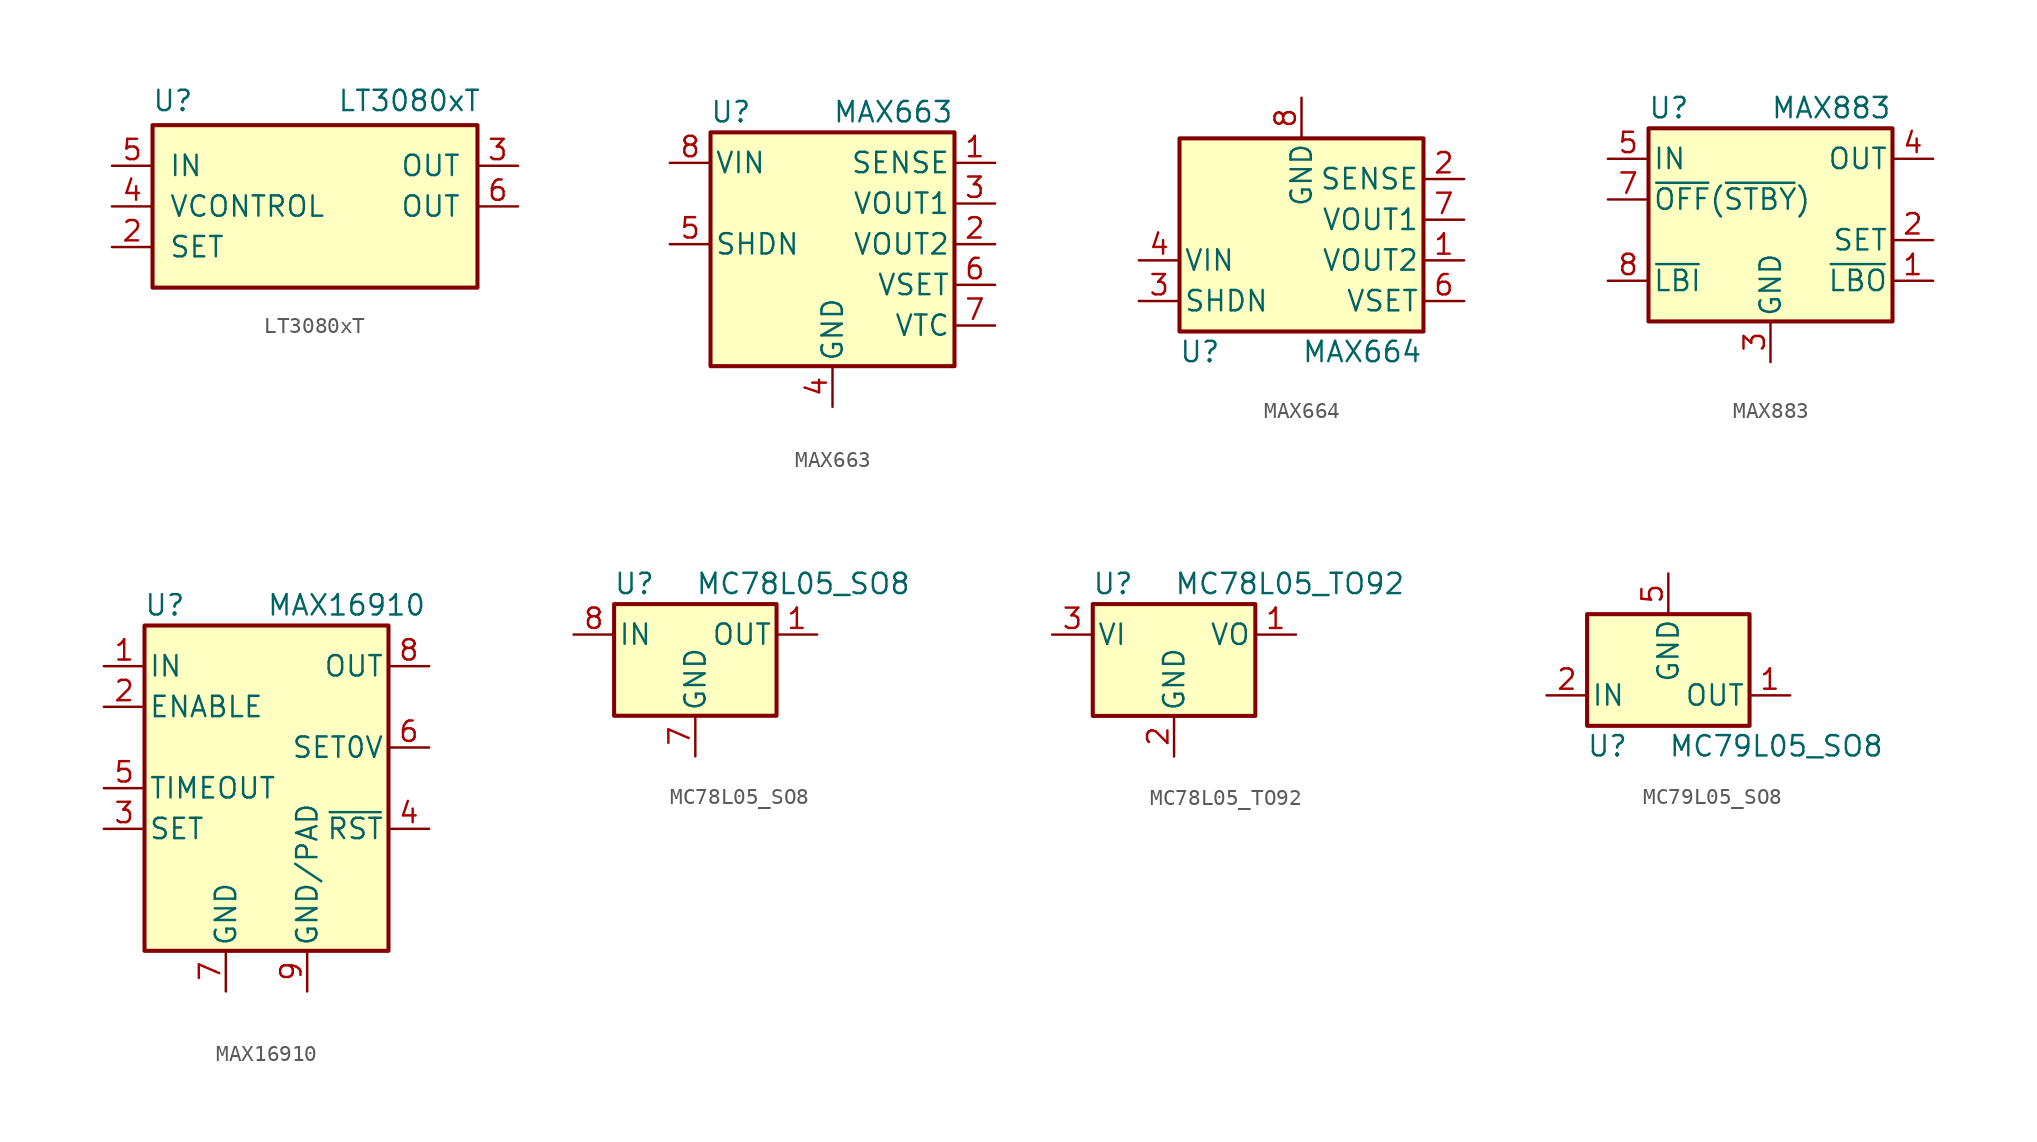
<source format=kicad_sym>
(kicad_symbol_lib
  (version 20201005)
  (generator kicad_symbol_editor)
  (symbol "LT3080xT"
    (pin_names
      (offset 1.016))
    (property "Reference" "U"
      (at -8.89 6.604 0)
      (effects (font (size 1.27 1.27))))
    (property "Value" "LT3080xT"
      (at 10.414 6.604 0)
      (effects (font (size 1.27 1.27)) (justify right)))
    (symbol "LT3080xT_0_1"
      (rectangle (start -10.16 5.08) (end 10.16 -5.08) (stroke (width 0.254)) (fill (type background))))
    (symbol "LT3080xT_1_1"
      (pin no_connect line (at 10.16 -2.54 180) (length 2.54) hide (name "NC" (effects (font (size 1.27 1.27)))) (number "1" (effects (font (size 1.27 1.27)))))
      (pin input line (at -12.7 -2.54 0) (length 2.54) (name "SET" (effects (font (size 1.27 1.27)))) (number "2" (effects (font (size 1.27 1.27)))))
      (pin power_out line (at 12.7 2.54 180) (length 2.54) (name "OUT" (effects (font (size 1.27 1.27)))) (number "3" (effects (font (size 1.27 1.27)))))
      (pin input line (at -12.7 0 0) (length 2.54) (name "VCONTROL" (effects (font (size 1.27 1.27)))) (number "4" (effects (font (size 1.27 1.27)))))
      (pin power_in line (at -12.7 2.54 0) (length 2.54) (name "IN" (effects (font (size 1.27 1.27)))) (number "5" (effects (font (size 1.27 1.27)))))
      (pin power_out line (at 12.7 0 180) (length 2.54) (name "OUT" (effects (font (size 1.27 1.27)))) (number "6" (effects (font (size 1.27 1.27)))))))
  (symbol "MAX663"
    (pin_names
      (offset 0.254))
    (property "Reference" "U"
      (at -6.35 8.255 0)
      (effects (font (size 1.27 1.27))))
    (property "Value" "MAX663"
      (at 0 8.255 0)
      (effects (font (size 1.27 1.27)) (justify left)))
    (symbol "MAX663_0_1"
      (rectangle (start -7.62 -7.62) (end 7.62 6.985) (stroke (width 0.254)) (fill (type background))))
    (symbol "MAX663_1_1"
      (pin input line (at 10.16 5.08 180) (length 2.54) (name "SENSE" (effects (font (size 1.27 1.27)))) (number "1" (effects (font (size 1.27 1.27)))))
      (pin power_out line (at 10.16 0 180) (length 2.54) (name "VOUT2" (effects (font (size 1.27 1.27)))) (number "2" (effects (font (size 1.27 1.27)))))
      (pin power_out line (at 10.16 2.54 180) (length 2.54) (name "VOUT1" (effects (font (size 1.27 1.27)))) (number "3" (effects (font (size 1.27 1.27)))))
      (pin power_in line (at 0 -10.16 90) (length 2.54) (name "GND" (effects (font (size 1.27 1.27)))) (number "4" (effects (font (size 1.27 1.27)))))
      (pin input line (at -10.16 0 0) (length 2.54) (name "SHDN" (effects (font (size 1.27 1.27)))) (number "5" (effects (font (size 1.27 1.27)))))
      (pin input line (at 10.16 -2.54 180) (length 2.54) (name "VSET" (effects (font (size 1.27 1.27)))) (number "6" (effects (font (size 1.27 1.27)))))
      (pin output line (at 10.16 -5.08 180) (length 2.54) (name "VTC" (effects (font (size 1.27 1.27)))) (number "7" (effects (font (size 1.27 1.27)))))
      (pin power_in line (at -10.16 5.08 0) (length 2.54) (name "VIN" (effects (font (size 1.27 1.27)))) (number "8" (effects (font (size 1.27 1.27)))))))
  (symbol "MAX664"
    (pin_names
      (offset 0.254))
    (property "Reference" "U"
      (at -6.35 -8.255 0)
      (effects (font (size 1.27 1.27))))
    (property "Value" "MAX664"
      (at 0 -8.255 0)
      (effects (font (size 1.27 1.27)) (justify left)))
    (symbol "MAX664_0_1"
      (rectangle (start -7.62 -6.985) (end 7.62 5.08) (stroke (width 0.254)) (fill (type background))))
    (symbol "MAX664_1_1"
      (pin power_out line (at 10.16 -2.54 180) (length 2.54) (name "VOUT2" (effects (font (size 1.27 1.27)))) (number "1" (effects (font (size 1.27 1.27)))))
      (pin input line (at 10.16 2.54 180) (length 2.54) (name "SENSE" (effects (font (size 1.27 1.27)))) (number "2" (effects (font (size 1.27 1.27)))))
      (pin input line (at -10.16 -5.08 0) (length 2.54) (name "SHDN" (effects (font (size 1.27 1.27)))) (number "3" (effects (font (size 1.27 1.27)))))
      (pin power_in line (at -10.16 -2.54 0) (length 2.54) (name "VIN" (effects (font (size 1.27 1.27)))) (number "4" (effects (font (size 1.27 1.27)))))
      (pin input line (at -10.16 -5.08 0) (length 2.54) hide (name "SHDN" (effects (font (size 1.27 1.27)))) (number "5" (effects (font (size 1.27 1.27)))))
      (pin input line (at 10.16 -5.08 180) (length 2.54) (name "VSET" (effects (font (size 1.27 1.27)))) (number "6" (effects (font (size 1.27 1.27)))))
      (pin power_out line (at 10.16 0 180) (length 2.54) (name "VOUT1" (effects (font (size 1.27 1.27)))) (number "7" (effects (font (size 1.27 1.27)))))
      (pin power_in line (at 0 7.62 270) (length 2.54) (name "GND" (effects (font (size 1.27 1.27)))) (number "8" (effects (font (size 1.27 1.27)))))))
  (symbol "MAX883"
    (pin_names
      (offset 0.254))
    (property "Reference" "U"
      (at -6.35 8.255 0)
      (effects (font (size 1.27 1.27))))
    (property "Value" "MAX883"
      (at 0 8.255 0)
      (effects (font (size 1.27 1.27)) (justify left)))
    (symbol "MAX883_0_1"
      (rectangle (start -7.62 6.985) (end 7.62 -5.08) (stroke (width 0.254)) (fill (type background))))
    (symbol "MAX883_1_1"
      (pin open_collector line (at 10.16 -2.54 180) (length 2.54) (name "~LBO" (effects (font (size 1.27 1.27)))) (number "1" (effects (font (size 1.27 1.27)))))
      (pin passive line (at 10.16 0 180) (length 2.54) (name "SET" (effects (font (size 1.27 1.27)))) (number "2" (effects (font (size 1.27 1.27)))))
      (pin power_in line (at 0 -7.62 90) (length 2.54) (name "GND" (effects (font (size 1.27 1.27)))) (number "3" (effects (font (size 1.27 1.27)))))
      (pin power_out line (at 10.16 5.08 180) (length 2.54) (name "OUT" (effects (font (size 1.27 1.27)))) (number "4" (effects (font (size 1.27 1.27)))))
      (pin power_in line (at -10.16 5.08 0) (length 2.54) (name "IN" (effects (font (size 1.27 1.27)))) (number "5" (effects (font (size 1.27 1.27)))))
      (pin passive line (at 0 -7.62 90) (length 2.54) hide (name "GND" (effects (font (size 1.27 1.27)))) (number "6" (effects (font (size 1.27 1.27)))))
      (pin input line (at -10.16 2.54 0) (length 2.54) (name "~OFF~(~STBY~)" (effects (font (size 1.27 1.27)))) (number "7" (effects (font (size 1.27 1.27)))))
      (pin input line (at -10.16 -2.54 0) (length 2.54) (name "~LBI" (effects (font (size 1.27 1.27)))) (number "8" (effects (font (size 1.27 1.27)))))))
  (symbol "MAX16910"
    (pin_names
      (offset 0.254))
    (property "Reference" "U"
      (at -6.35 11.43 0)
      (effects (font (size 1.27 1.27))))
    (property "Value" "MAX16910"
      (at 0 11.43 0)
      (effects (font (size 1.27 1.27)) (justify left)))
    (symbol "MAX16910_0_1"
      (rectangle (start -7.62 10.16) (end 7.62 -10.16) (stroke (width 0.254)) (fill (type background))))
    (symbol "MAX16910_1_1"
      (pin power_in line (at -10.16 7.62 0) (length 2.54) (name "IN" (effects (font (size 1.27 1.27)))) (number "1" (effects (font (size 1.27 1.27)))))
      (pin input line (at -10.16 5.08 0) (length 2.54) (name "ENABLE" (effects (font (size 1.27 1.27)))) (number "2" (effects (font (size 1.27 1.27)))))
      (pin input line (at -10.16 -2.54 0) (length 2.54) (name "SET" (effects (font (size 1.27 1.27)))) (number "3" (effects (font (size 1.27 1.27)))))
      (pin open_collector line (at 10.16 -2.54 180) (length 2.54) (name "~RST" (effects (font (size 1.27 1.27)))) (number "4" (effects (font (size 1.27 1.27)))))
      (pin passive line (at -10.16 0 0) (length 2.54) (name "TIMEOUT" (effects (font (size 1.27 1.27)))) (number "5" (effects (font (size 1.27 1.27)))))
      (pin input line (at 10.16 2.54 180) (length 2.54) (name "SET0V" (effects (font (size 1.27 1.27)))) (number "6" (effects (font (size 1.27 1.27)))))
      (pin power_in line (at -2.54 -12.7 90) (length 2.54) (name "GND" (effects (font (size 1.27 1.27)))) (number "7" (effects (font (size 1.27 1.27)))))
      (pin power_out line (at 10.16 7.62 180) (length 2.54) (name "OUT" (effects (font (size 1.27 1.27)))) (number "8" (effects (font (size 1.27 1.27)))))
      (pin power_in line (at 2.54 -12.7 90) (length 2.54) (name "GND/PAD" (effects (font (size 1.27 1.27)))) (number "9" (effects (font (size 1.27 1.27)))))))
  (symbol "MC78L05_SO8"
    (pin_names
      (offset 0.254))
    (property "Reference" "U"
      (at -3.81 3.175 0)
      (effects (font (size 1.27 1.27))))
    (property "Value" "MC78L05_SO8"
      (at 0 3.175 0)
      (effects (font (size 1.27 1.27)) (justify left)))
    (symbol "MC78L05_SO8_0_1"
      (rectangle (start -5.08 1.905) (end 5.08 -5.08) (stroke (width 0.254)) (fill (type background))))
    (symbol "MC78L05_SO8_1_1"
      (pin power_out line (at 7.62 0 180) (length 2.54) (name "OUT" (effects (font (size 1.27 1.27)))) (number "1" (effects (font (size 1.27 1.27)))))
      (pin passive line (at 0 -7.62 90) (length 2.54) hide (name "GND" (effects (font (size 1.27 1.27)))) (number "2" (effects (font (size 1.27 1.27)))))
      (pin passive line (at 0 -7.62 90) (length 2.54) hide (name "GND" (effects (font (size 1.27 1.27)))) (number "3" (effects (font (size 1.27 1.27)))))
      (pin no_connect line (at -7.62 -2.54 0) (length 2.54) hide (name "NC" (effects (font (size 1.27 1.27)))) (number "4" (effects (font (size 1.27 1.27)))))
      (pin no_connect line (at 7.62 -2.54 180) (length 2.54) hide (name "NC" (effects (font (size 1.27 1.27)))) (number "5" (effects (font (size 1.27 1.27)))))
      (pin passive line (at 0 -7.62 90) (length 2.54) hide (name "GND" (effects (font (size 1.27 1.27)))) (number "6" (effects (font (size 1.27 1.27)))))
      (pin power_in line (at 0 -7.62 90) (length 2.54) (name "GND" (effects (font (size 1.27 1.27)))) (number "7" (effects (font (size 1.27 1.27)))))
      (pin power_in line (at -7.62 0 0) (length 2.54) (name "IN" (effects (font (size 1.27 1.27)))) (number "8" (effects (font (size 1.27 1.27)))))))
  (symbol "MC78L05_TO92"
    (pin_names
      (offset 0.254))
    (property "Reference" "U"
      (at -3.81 3.175 0)
      (effects (font (size 1.27 1.27))))
    (property "Value" "MC78L05_TO92"
      (at 0 3.175 0)
      (effects (font (size 1.27 1.27)) (justify left)))
    (symbol "MC78L05_TO92_0_1"
      (rectangle (start -5.08 -5.08) (end 5.08 1.905) (stroke (width 0.254)) (fill (type background))))
    (symbol "MC78L05_TO92_1_1"
      (pin power_out line (at 7.62 0 180) (length 2.54) (name "VO" (effects (font (size 1.27 1.27)))) (number "1" (effects (font (size 1.27 1.27)))))
      (pin power_in line (at 0 -7.62 90) (length 2.54) (name "GND" (effects (font (size 1.27 1.27)))) (number "2" (effects (font (size 1.27 1.27)))))
      (pin power_in line (at -7.62 0 0) (length 2.54) (name "VI" (effects (font (size 1.27 1.27)))) (number "3" (effects (font (size 1.27 1.27)))))))
  (symbol "MC79L05_SO8"
    (pin_names
      (offset 0.254))
    (property "Reference" "U"
      (at -3.81 -3.175 0)
      (effects (font (size 1.27 1.27))))
    (property "Value" "MC79L05_SO8"
      (at 0 -3.175 0)
      (effects (font (size 1.27 1.27)) (justify left)))
    (symbol "MC79L05_SO8_0_1"
      (rectangle (start -5.08 5.08) (end 5.08 -1.905) (stroke (width 0.254)) (fill (type background))))
    (symbol "MC79L05_SO8_1_1"
      (pin power_out line (at 7.62 0 180) (length 2.54) (name "OUT" (effects (font (size 1.27 1.27)))) (number "1" (effects (font (size 1.27 1.27)))))
      (pin power_in line (at -7.62 0 0) (length 2.54) (name "IN" (effects (font (size 1.27 1.27)))) (number "2" (effects (font (size 1.27 1.27)))))
      (pin passive line (at -7.62 0 0) (length 2.54) hide (name "IN" (effects (font (size 1.27 1.27)))) (number "3" (effects (font (size 1.27 1.27)))))
      (pin no_connect line (at 7.62 2.54 180) (length 2.54) hide (name "NC" (effects (font (size 1.27 1.27)))) (number "4" (effects (font (size 1.27 1.27)))))
      (pin power_in line (at 0 7.62 270) (length 2.54) (name "GND" (effects (font (size 1.27 1.27)))) (number "5" (effects (font (size 1.27 1.27)))))
      (pin passive line (at -7.62 0 0) (length 2.54) hide (name "IN" (effects (font (size 1.27 1.27)))) (number "6" (effects (font (size 1.27 1.27)))))
      (pin passive line (at -7.62 0 0) (length 2.54) hide (name "IN" (effects (font (size 1.27 1.27)))) (number "7" (effects (font (size 1.27 1.27)))))
      (pin no_connect line (at -7.62 2.54 0) (length 2.54) hide (name "NC" (effects (font (size 1.27 1.27)))) (number "8" (effects (font (size 1.27 1.27))))))))
</source>
